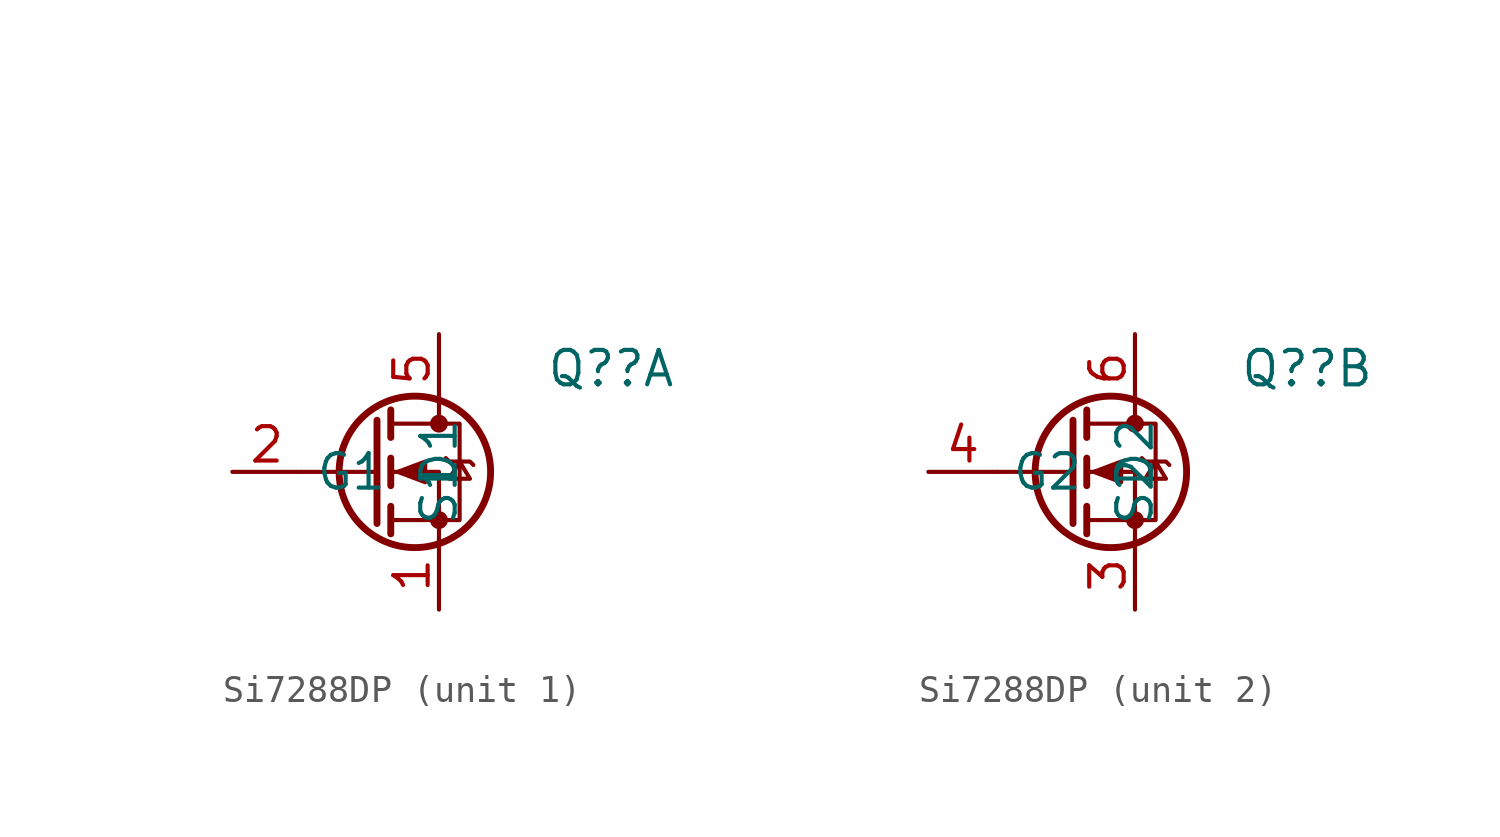
<source format=kicad_sym>
(kicad_symbol_lib
  (version 20220914)
  (generator kicad_symbol_editor)
  (symbol "Si7288DP"
    (property "Reference" "Q?"
      (at 6.35 3.81 0)
      (effects (font (size 1.27 1.27))))
    (property "Value" ""
      (at -10.16 11.43 0)
      (effects (font (size 1.27 1.27))))
    (symbol "Si7288DP_0_1"
      (circle (center -0.889 0) (radius 2.794) (stroke (width 0.254) (type default)) (fill (type none)))
      (circle (center 0 -1.778) (radius 0.254) (stroke (width 0) (type default)) (fill (type outline)))
      (polyline (pts (xy -2.286 0) (xy -5.08 0)) (stroke (width 0) (type default)) (fill (type none)))
      (polyline (pts (xy -2.286 1.905) (xy -2.286 -1.905)) (stroke (width 0.254) (type default)) (fill (type none)))
      (polyline (pts (xy -1.778 -1.27) (xy -1.778 -2.286)) (stroke (width 0.254) (type default)) (fill (type none)))
      (polyline (pts (xy -1.778 0.508) (xy -1.778 -0.508)) (stroke (width 0.254) (type default)) (fill (type none)))
      (polyline (pts (xy -1.778 2.286) (xy -1.778 1.27)) (stroke (width 0.254) (type default)) (fill (type none)))
      (polyline (pts (xy 0 2.54) (xy 0 1.778)) (stroke (width 0) (type default)) (fill (type none)))
      (polyline (pts (xy 0 -2.54) (xy 0 0) (xy -1.778 0)) (stroke (width 0) (type default)) (fill (type none)))
      (polyline (pts (xy -1.778 -1.778) (xy 0.762 -1.778) (xy 0.762 1.778) (xy -1.778 1.778)) (stroke (width 0) (type default)) (fill (type none)))
      (polyline (pts (xy -1.524 0) (xy -0.508 0.381) (xy -0.508 -0.381) (xy -1.524 0)) (stroke (width 0) (type default)) (fill (type outline)))
      (polyline (pts (xy 0.254 0.508) (xy 0.381 0.381) (xy 1.143 0.381) (xy 1.27 0.254)) (stroke (width 0) (type default)) (fill (type none)))
      (polyline (pts (xy 0.762 0.381) (xy 0.381 -0.254) (xy 1.143 -0.254) (xy 0.762 0.381)) (stroke (width 0) (type default)) (fill (type none)))
      (circle (center 0 1.778) (radius 0.254) (stroke (width 0) (type default)) (fill (type outline))))
    (symbol "Si7288DP_1_1"
      (pin passive line (at 0 -5.08 90) (length 2.54) (name "S1" (effects (font (size 1.27 1.27)))) (number "1" (effects (font (size 1.27 1.27)))))
      (pin input line (at -7.62 0 0) (length 2.54) (name "G1" (effects (font (size 1.27 1.27)))) (number "2" (effects (font (size 1.27 1.27)))))
      (pin passive line (at 0 5.08 270) (length 2.54) (name "D1" (effects (font (size 1.27 1.27)))) (number "5" (effects (font (size 1.27 1.27))))))
    (symbol "Si7288DP_2_1"
      (pin passive line (at 0 -5.08 90) (length 2.54) (name "S2" (effects (font (size 1.27 1.27)))) (number "3" (effects (font (size 1.27 1.27)))))
      (pin input line (at -7.62 0 0) (length 2.54) (name "G2" (effects (font (size 1.27 1.27)))) (number "4" (effects (font (size 1.27 1.27)))))
      (pin passive line (at 0 5.08 270) (length 2.54) (name "D2" (effects (font (size 1.27 1.27)))) (number "6" (effects (font (size 1.27 1.27))))))))
</source>
